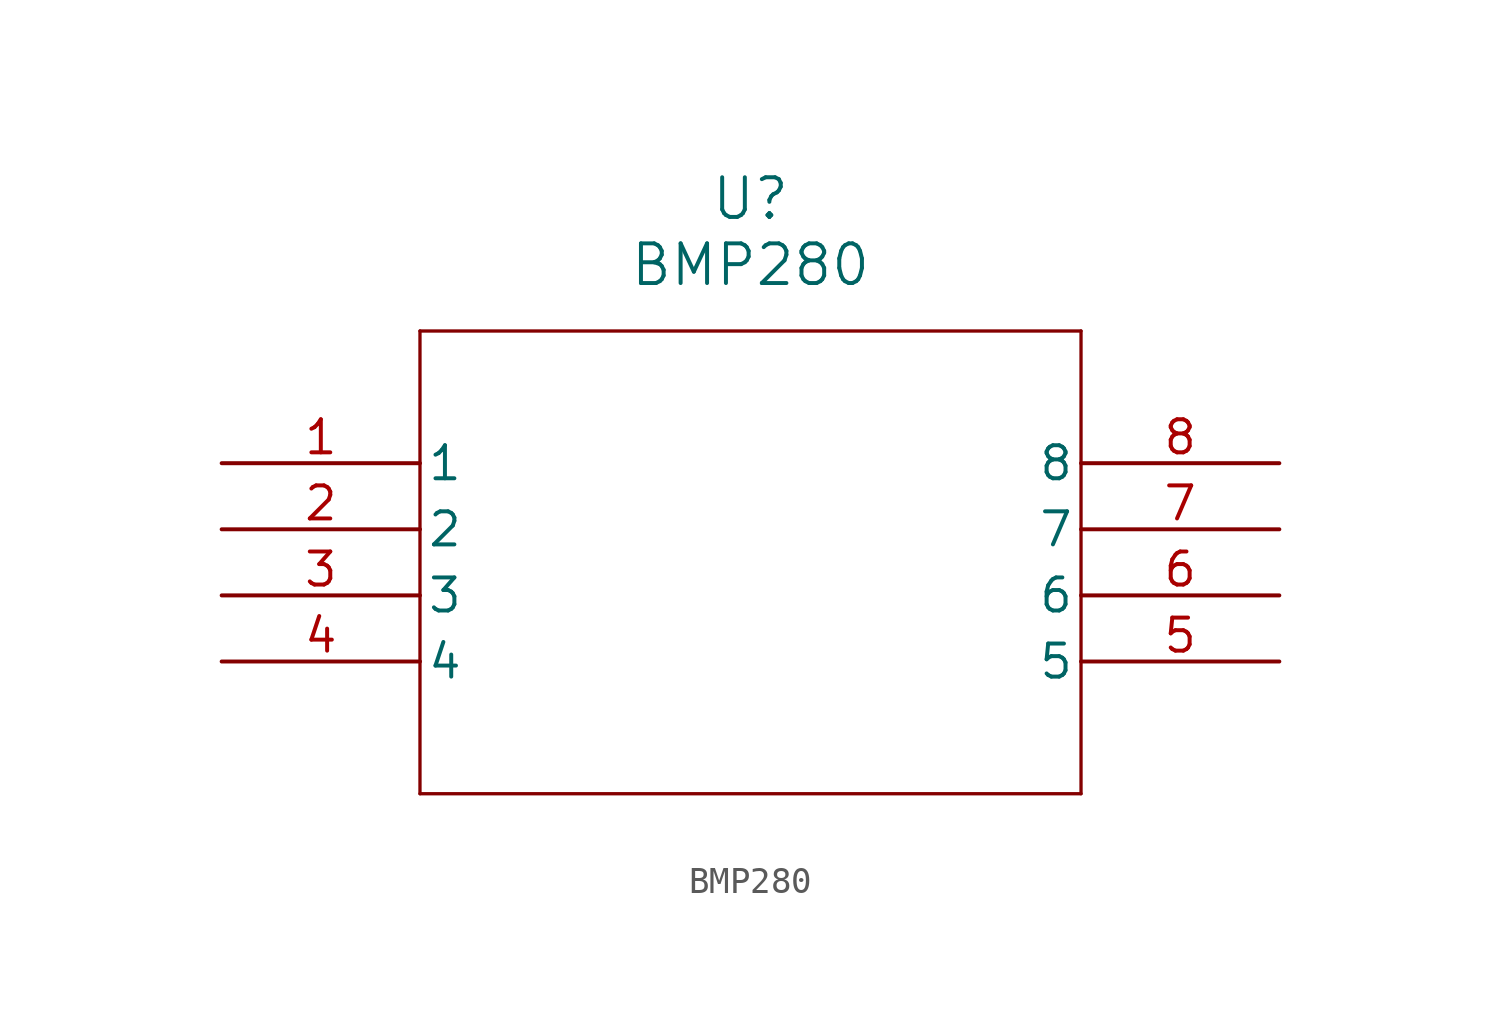
<source format=kicad_sym>
(kicad_symbol_lib
  (version 20231120)
  (generator "kicad_symbol_editor")
  (generator_version "8.0")
  (symbol "BMP280"
    (pin_names
      (offset 0.254))
    (property "Reference" "U"
      (at 20.32 10.16 0)
      (effects (font (size 1.524 1.524))))
    (property "Value" "BMP280"
      (at 20.32 7.62 0)
      (effects (font (size 1.524 1.524))))
    (property "ki_locked" ""
      (at 0 0 0)
      (effects (font (size 1.27 1.27))))
    (symbol "BMP280_0_1"
      (polyline (pts (xy 7.62 -12.7) (xy 33.02 -12.7)) (stroke (width 0.127) (type default)) (fill (type none)))
      (polyline (pts (xy 7.62 5.08) (xy 7.62 -12.7)) (stroke (width 0.127) (type default)) (fill (type none)))
      (polyline (pts (xy 33.02 -12.7) (xy 33.02 5.08)) (stroke (width 0.127) (type default)) (fill (type none)))
      (polyline (pts (xy 33.02 5.08) (xy 7.62 5.08)) (stroke (width 0.127) (type default)) (fill (type none)))
      (pin unspecified line (at 0 0 0) (length 7.62) (name "1" (effects (font (size 1.27 1.27)))) (number "1" (effects (font (size 1.27 1.27)))))
      (pin unspecified line (at 0 -2.54 0) (length 7.62) (name "2" (effects (font (size 1.27 1.27)))) (number "2" (effects (font (size 1.27 1.27)))))
      (pin unspecified line (at 0 -5.08 0) (length 7.62) (name "3" (effects (font (size 1.27 1.27)))) (number "3" (effects (font (size 1.27 1.27)))))
      (pin unspecified line (at 0 -7.62 0) (length 7.62) (name "4" (effects (font (size 1.27 1.27)))) (number "4" (effects (font (size 1.27 1.27)))))
      (pin unspecified line (at 40.64 -7.62 180) (length 7.62) (name "5" (effects (font (size 1.27 1.27)))) (number "5" (effects (font (size 1.27 1.27)))))
      (pin unspecified line (at 40.64 -5.08 180) (length 7.62) (name "6" (effects (font (size 1.27 1.27)))) (number "6" (effects (font (size 1.27 1.27)))))
      (pin unspecified line (at 40.64 -2.54 180) (length 7.62) (name "7" (effects (font (size 1.27 1.27)))) (number "7" (effects (font (size 1.27 1.27)))))
      (pin unspecified line (at 40.64 0 180) (length 7.62) (name "8" (effects (font (size 1.27 1.27)))) (number "8" (effects (font (size 1.27 1.27))))))))
</source>
